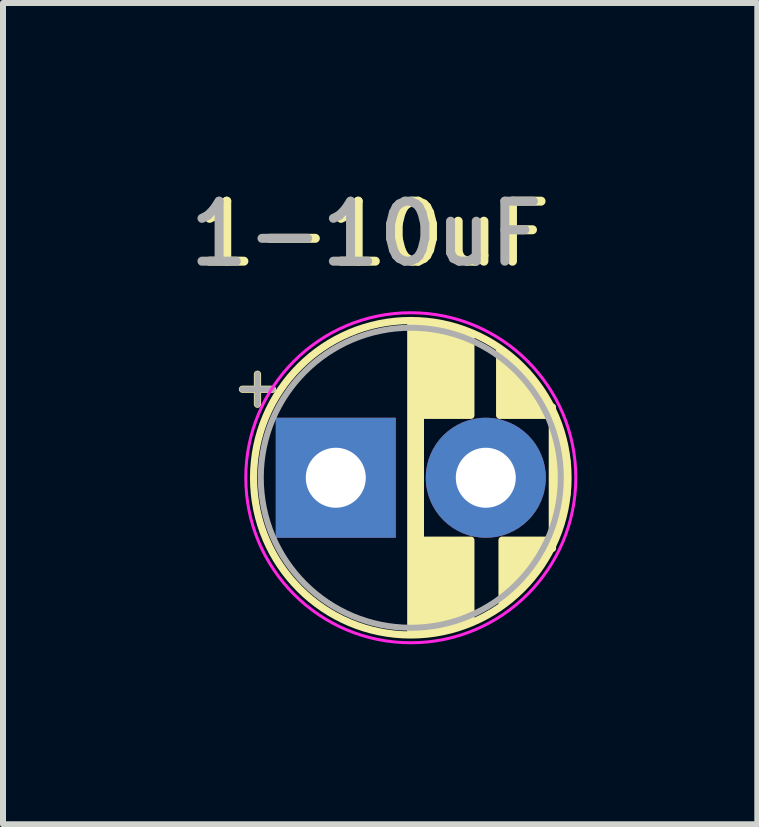
<source format=kicad_pcb>
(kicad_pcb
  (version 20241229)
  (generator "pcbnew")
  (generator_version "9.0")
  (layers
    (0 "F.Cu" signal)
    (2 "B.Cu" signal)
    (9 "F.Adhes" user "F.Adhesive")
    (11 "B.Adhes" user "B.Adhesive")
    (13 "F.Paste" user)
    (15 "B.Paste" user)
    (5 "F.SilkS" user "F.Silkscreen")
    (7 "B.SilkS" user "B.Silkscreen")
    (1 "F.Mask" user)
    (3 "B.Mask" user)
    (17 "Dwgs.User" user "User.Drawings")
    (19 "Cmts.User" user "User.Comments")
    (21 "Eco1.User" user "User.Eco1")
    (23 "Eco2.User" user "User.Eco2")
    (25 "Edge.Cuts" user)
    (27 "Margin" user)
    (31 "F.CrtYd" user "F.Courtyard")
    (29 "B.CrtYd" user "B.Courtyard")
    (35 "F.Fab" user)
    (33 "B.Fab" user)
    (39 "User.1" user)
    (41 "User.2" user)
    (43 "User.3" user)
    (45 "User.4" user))
  (footprint "1-10uF"
    (layer "F.Cu")
    (at 2.546 4.912)
    (property "Reference" "1-10uF" (at 0.635 -4.064 0) (unlocked yes) (layer "F.SilkS") (effects (font (size 1 1) (thickness 0.15))))
    (attr smd)
    (fp_line (start -1.555 -1.475) (end -1.055 -1.475) (stroke (width 0.12) (type solid)) (layer "F.SilkS"))
    (fp_line (start -1.305 -1.725) (end -1.305 -1.225) (stroke (width 0.12) (type solid)) (layer "F.SilkS"))
    (fp_line (start 1.25 -2.58) (end 1.25 2.58) (stroke (width 0.12) (type solid)) (layer "F.SilkS"))
    (fp_line (start 1.29 -2.58) (end 1.29 2.58) (stroke (width 0.12) (type solid)) (layer "F.SilkS"))
    (fp_line (start 1.33 -2.579) (end 1.33 2.579) (stroke (width 0.12) (type solid)) (layer "F.SilkS"))
    (fp_line (start 1.37 -2.578) (end 1.37 2.578) (stroke (width 0.12) (type solid)) (layer "F.SilkS"))
    (fp_line (start 1.41 -2.576) (end 1.41 2.576) (stroke (width 0.12) (type solid)) (layer "F.SilkS"))
    (fp_line (start 1.41 -2.573) (end 1.41 2.573) (stroke (width 0.12) (type solid)) (layer "F.SilkS"))
    (fp_line (start 1.49 -2.569) (end 1.49 -1.04) (stroke (width 0.12) (type solid)) (layer "F.SilkS"))
    (fp_line (start 1.49 1.04) (end 1.49 2.569) (stroke (width 0.12) (type solid)) (layer "F.SilkS"))
    (fp_line (start 1.53 -2.565) (end 1.53 -1.04) (stroke (width 0.12) (type solid)) (layer "F.SilkS"))
    (fp_line (start 1.53 1.04) (end 1.53 2.565) (stroke (width 0.12) (type solid)) (layer "F.SilkS"))
    (fp_line (start 1.57 -2.561) (end 1.57 -1.04) (stroke (width 0.12) (type solid)) (layer "F.SilkS"))
    (fp_line (start 1.57 1.04) (end 1.57 2.561) (stroke (width 0.12) (type solid)) (layer "F.SilkS"))
    (fp_line (start 1.61 -2.556) (end 1.61 -1.04) (stroke (width 0.12) (type solid)) (layer "F.SilkS"))
    (fp_line (start 1.61 1.04) (end 1.61 2.556) (stroke (width 0.12) (type solid)) (layer "F.SilkS"))
    (fp_line (start 1.65 -2.55) (end 1.65 -1.04) (stroke (width 0.12) (type solid)) (layer "F.SilkS"))
    (fp_line (start 1.65 1.04) (end 1.65 2.55) (stroke (width 0.12) (type solid)) (layer "F.SilkS"))
    (fp_line (start 1.69 -2.543) (end 1.69 -1.04) (stroke (width 0.12) (type solid)) (layer "F.SilkS"))
    (fp_line (start 1.69 1.04) (end 1.69 2.543) (stroke (width 0.12) (type solid)) (layer "F.SilkS"))
    (fp_line (start 1.73 -2.536) (end 1.73 -1.04) (stroke (width 0.12) (type solid)) (layer "F.SilkS"))
    (fp_line (start 1.73 1.04) (end 1.73 2.536) (stroke (width 0.12) (type solid)) (layer "F.SilkS"))
    (fp_line (start 1.77 -2.528) (end 1.77 -1.04) (stroke (width 0.12) (type solid)) (layer "F.SilkS"))
    (fp_line (start 1.77 1.04) (end 1.77 2.528) (stroke (width 0.12) (type solid)) (layer "F.SilkS"))
    (fp_line (start 1.81 -2.52) (end 1.81 -1.04) (stroke (width 0.12) (type solid)) (layer "F.SilkS"))
    (fp_line (start 1.81 1.04) (end 1.81 2.52) (stroke (width 0.12) (type solid)) (layer "F.SilkS"))
    (fp_line (start 1.85 -2.511) (end 1.85 -1.04) (stroke (width 0.12) (type solid)) (layer "F.SilkS"))
    (fp_line (start 1.85 1.04) (end 1.85 2.511) (stroke (width 0.12) (type solid)) (layer "F.SilkS"))
    (fp_line (start 1.89 -2.501) (end 1.89 -1.04) (stroke (width 0.12) (type solid)) (layer "F.SilkS"))
    (fp_line (start 1.89 1.04) (end 1.89 2.501) (stroke (width 0.12) (type solid)) (layer "F.SilkS"))
    (fp_line (start 1.93 -2.491) (end 1.93 -1.04) (stroke (width 0.12) (type solid)) (layer "F.SilkS"))
    (fp_line (start 1.93 1.04) (end 1.93 2.491) (stroke (width 0.12) (type solid)) (layer "F.SilkS"))
    (fp_line (start 1.971 -2.48) (end 1.971 -1.04) (stroke (width 0.12) (type solid)) (layer "F.SilkS"))
    (fp_line (start 1.971 1.04) (end 1.971 2.48) (stroke (width 0.12) (type solid)) (layer "F.SilkS"))
    (fp_line (start 2.011 -2.468) (end 2.011 -1.04) (stroke (width 0.12) (type solid)) (layer "F.SilkS"))
    (fp_line (start 2.011 1.04) (end 2.011 2.468) (stroke (width 0.12) (type solid)) (layer "F.SilkS"))
    (fp_line (start 2.051 -2.455) (end 2.051 -1.04) (stroke (width 0.12) (type solid)) (layer "F.SilkS"))
    (fp_line (start 2.051 1.04) (end 2.051 2.455) (stroke (width 0.12) (type solid)) (layer "F.SilkS"))
    (fp_line (start 2.091 -2.442) (end 2.091 -1.04) (stroke (width 0.12) (type solid)) (layer "F.SilkS"))
    (fp_line (start 2.091 1.04) (end 2.091 2.442) (stroke (width 0.12) (type solid)) (layer "F.SilkS"))
    (fp_line (start 2.131 -2.428) (end 2.131 -1.04) (stroke (width 0.12) (type solid)) (layer "F.SilkS"))
    (fp_line (start 2.131 1.04) (end 2.131 2.428) (stroke (width 0.12) (type solid)) (layer "F.SilkS"))
    (fp_line (start 2.171 -2.414) (end 2.171 -1.04) (stroke (width 0.12) (type solid)) (layer "F.SilkS"))
    (fp_line (start 2.171 1.04) (end 2.171 2.414) (stroke (width 0.12) (type solid)) (layer "F.SilkS"))
    (fp_line (start 2.211 -2.398) (end 2.211 -1.04) (stroke (width 0.12) (type solid)) (layer "F.SilkS"))
    (fp_line (start 2.211 1.04) (end 2.211 2.398) (stroke (width 0.12) (type solid)) (layer "F.SilkS"))
    (fp_line (start 2.251 -2.382) (end 2.251 -1.04) (stroke (width 0.12) (type solid)) (layer "F.SilkS"))
    (fp_line (start 2.251 1.04) (end 2.251 2.382) (stroke (width 0.12) (type solid)) (layer "F.SilkS"))
    (fp_line (start 2.731 -2.122) (end 2.731 -1.04) (stroke (width 0.12) (type solid)) (layer "F.SilkS"))
    (fp_line (start 2.771 -2.095) (end 2.771 -1.04) (stroke (width 0.12) (type solid)) (layer "F.SilkS"))
    (fp_line (start 2.771 1.04) (end 2.771 2.095) (stroke (width 0.12) (type solid)) (layer "F.SilkS"))
    (fp_line (start 2.811 -2.065) (end 2.811 -1.04) (stroke (width 0.12) (type solid)) (layer "F.SilkS"))
    (fp_line (start 2.811 1.04) (end 2.811 2.065) (stroke (width 0.12) (type solid)) (layer "F.SilkS"))
    (fp_line (start 2.851 -2.035) (end 2.851 -1.04) (stroke (width 0.12) (type solid)) (layer "F.SilkS"))
    (fp_line (start 2.851 1.04) (end 2.851 2.035) (stroke (width 0.12) (type solid)) (layer "F.SilkS"))
    (fp_line (start 2.891 -2.004) (end 2.891 -1.04) (stroke (width 0.12) (type solid)) (layer "F.SilkS"))
    (fp_line (start 2.891 1.04) (end 2.891 2.004) (stroke (width 0.12) (type solid)) (layer "F.SilkS"))
    (fp_line (start 2.931 -1.971) (end 2.931 -1.04) (stroke (width 0.12) (type solid)) (layer "F.SilkS"))
    (fp_line (start 2.931 1.04) (end 2.931 1.971) (stroke (width 0.12) (type solid)) (layer "F.SilkS"))
    (fp_line (start 2.971 -1.937) (end 2.971 -1.04) (stroke (width 0.12) (type solid)) (layer "F.SilkS"))
    (fp_line (start 2.971 1.04) (end 2.971 1.937) (stroke (width 0.12) (type solid)) (layer "F.SilkS"))
    (fp_line (start 3.011 -1.901) (end 3.011 -1.04) (stroke (width 0.12) (type solid)) (layer "F.SilkS"))
    (fp_line (start 3.011 1.04) (end 3.011 1.901) (stroke (width 0.12) (type solid)) (layer "F.SilkS"))
    (fp_line (start 3.051 -1.864) (end 3.051 -1.04) (stroke (width 0.12) (type solid)) (layer "F.SilkS"))
    (fp_line (start 3.051 1.04) (end 3.051 1.864) (stroke (width 0.12) (type solid)) (layer "F.SilkS"))
    (fp_line (start 3.091 -1.826) (end 3.091 -1.04) (stroke (width 0.12) (type solid)) (layer "F.SilkS"))
    (fp_line (start 3.091 1.04) (end 3.091 1.826) (stroke (width 0.12) (type solid)) (layer "F.SilkS"))
    (fp_line (start 3.131 -1.785) (end 3.131 -1.04) (stroke (width 0.12) (type solid)) (layer "F.SilkS"))
    (fp_line (start 3.131 1.04) (end 3.131 1.785) (stroke (width 0.12) (type solid)) (layer "F.SilkS"))
    (fp_line (start 3.171 -1.743) (end 3.171 -1.04) (stroke (width 0.12) (type solid)) (layer "F.SilkS"))
    (fp_line (start 3.171 1.04) (end 3.171 1.743) (stroke (width 0.12) (type solid)) (layer "F.SilkS"))
    (fp_line (start 3.211 -1.699) (end 3.211 -1.04) (stroke (width 0.12) (type solid)) (layer "F.SilkS"))
    (fp_line (start 3.211 1.04) (end 3.211 1.699) (stroke (width 0.12) (type solid)) (layer "F.SilkS"))
    (fp_line (start 3.251 -1.653) (end 3.251 -1.04) (stroke (width 0.12) (type solid)) (layer "F.SilkS"))
    (fp_line (start 3.251 1.04) (end 3.251 1.653) (stroke (width 0.12) (type solid)) (layer "F.SilkS"))
    (fp_line (start 3.291 -1.605) (end 3.291 -1.04) (stroke (width 0.12) (type solid)) (layer "F.SilkS"))
    (fp_line (start 3.291 1.04) (end 3.291 1.605) (stroke (width 0.12) (type solid)) (layer "F.SilkS"))
    (fp_line (start 3.331 -1.554) (end 3.331 -1.04) (stroke (width 0.12) (type solid)) (layer "F.SilkS"))
    (fp_line (start 3.331 1.04) (end 3.331 1.554) (stroke (width 0.12) (type solid)) (layer "F.SilkS"))
    (fp_line (start 3.371 -1.5) (end 3.371 -1.04) (stroke (width 0.12) (type solid)) (layer "F.SilkS"))
    (fp_line (start 3.371 1.04) (end 3.371 1.5) (stroke (width 0.12) (type solid)) (layer "F.SilkS"))
    (fp_line (start 3.411 -1.443) (end 3.411 -1.04) (stroke (width 0.12) (type solid)) (layer "F.SilkS"))
    (fp_line (start 3.411 1.04) (end 3.411 1.443) (stroke (width 0.12) (type solid)) (layer "F.SilkS"))
    (fp_line (start 3.451 -1.383) (end 3.451 -1.04) (stroke (width 0.12) (type solid)) (layer "F.SilkS"))
    (fp_line (start 3.451 1.04) (end 3.451 1.383) (stroke (width 0.12) (type solid)) (layer "F.SilkS"))
    (fp_line (start 3.491 -1.319) (end 3.491 -1.04) (stroke (width 0.12) (type solid)) (layer "F.SilkS"))
    (fp_line (start 3.491 1.04) (end 3.491 1.319) (stroke (width 0.12) (type solid)) (layer "F.SilkS"))
    (fp_line (start 3.531 -1.251) (end 3.531 -1.04) (stroke (width 0.12) (type solid)) (layer "F.SilkS"))
    (fp_line (start 3.531 1.04) (end 3.531 1.251) (stroke (width 0.12) (type solid)) (layer "F.SilkS"))
    (fp_line (start 3.611 -1.178) (end 3.611 1.178) (stroke (width 0.12) (type solid)) (layer "F.SilkS"))
    (fp_line (start 3.611 -1.098) (end 3.611 1.098) (stroke (width 0.12) (type solid)) (layer "F.SilkS"))
    (fp_line (start 3.651 -1.011) (end 3.651 1.011) (stroke (width 0.12) (type solid)) (layer "F.SilkS"))
    (fp_line (start 3.691 -0.915) (end 3.691 0.915) (stroke (width 0.12) (type solid)) (layer "F.SilkS"))
    (fp_line (start 3.731 -0.805) (end 3.731 0.805) (stroke (width 0.12) (type solid)) (layer "F.SilkS"))
    (fp_line (start 3.771 -0.677) (end 3.771 0.677) (stroke (width 0.12) (type solid)) (layer "F.SilkS"))
    (fp_line (start 3.811 -0.518) (end 3.811 0.518) (stroke (width 0.12) (type solid)) (layer "F.SilkS"))
    (fp_line (start 3.851 -0.284) (end 3.851 0.284) (stroke (width 0.12) (type solid)) (layer "F.SilkS"))
    (fp_circle (center 1.25 0) (end 3.87 0) (stroke (width 0.12) (type solid)) (fill no) (layer "F.SilkS"))
    (fp_circle (center 1.25 0) (end 4 0) (stroke (width 0.05) (type solid)) (fill no) (layer "F.CrtYd"))
    (fp_line (start -1.555 -1.475) (end -1.055 -1.475) (stroke (width 0.1) (type solid)) (layer "F.Fab"))
    (fp_line (start -1.305 -1.725) (end -1.305 -1.225) (stroke (width 0.1) (type solid)) (layer "F.Fab"))
    (fp_circle (center 1.25 0) (end 3.75 0) (stroke (width 0.1) (type solid)) (fill no) (layer "F.Fab"))
    (fp_text user "${REFERENCE}" (at 0.508 -4.064 0) (unlocked yes) (layer "F.Fab") (effects (font (size 1 1) (thickness 0.15))))
    (pad "1" thru_hole rect (at 0 0) (size 2 2) (drill 1) (layers "*.Cu" "*.Mask"))
    (pad "2" thru_hole circle (at 2.5 0) (size 2 2) (drill 1) (layers "*.Cu" "*.Mask")))
  (gr_rect
    (start -3 -3)
    (end 9.571 10.687)
    (stroke (width 0.1) (type default))
    (fill no)
    (layer "Edge.Cuts")))
</source>
